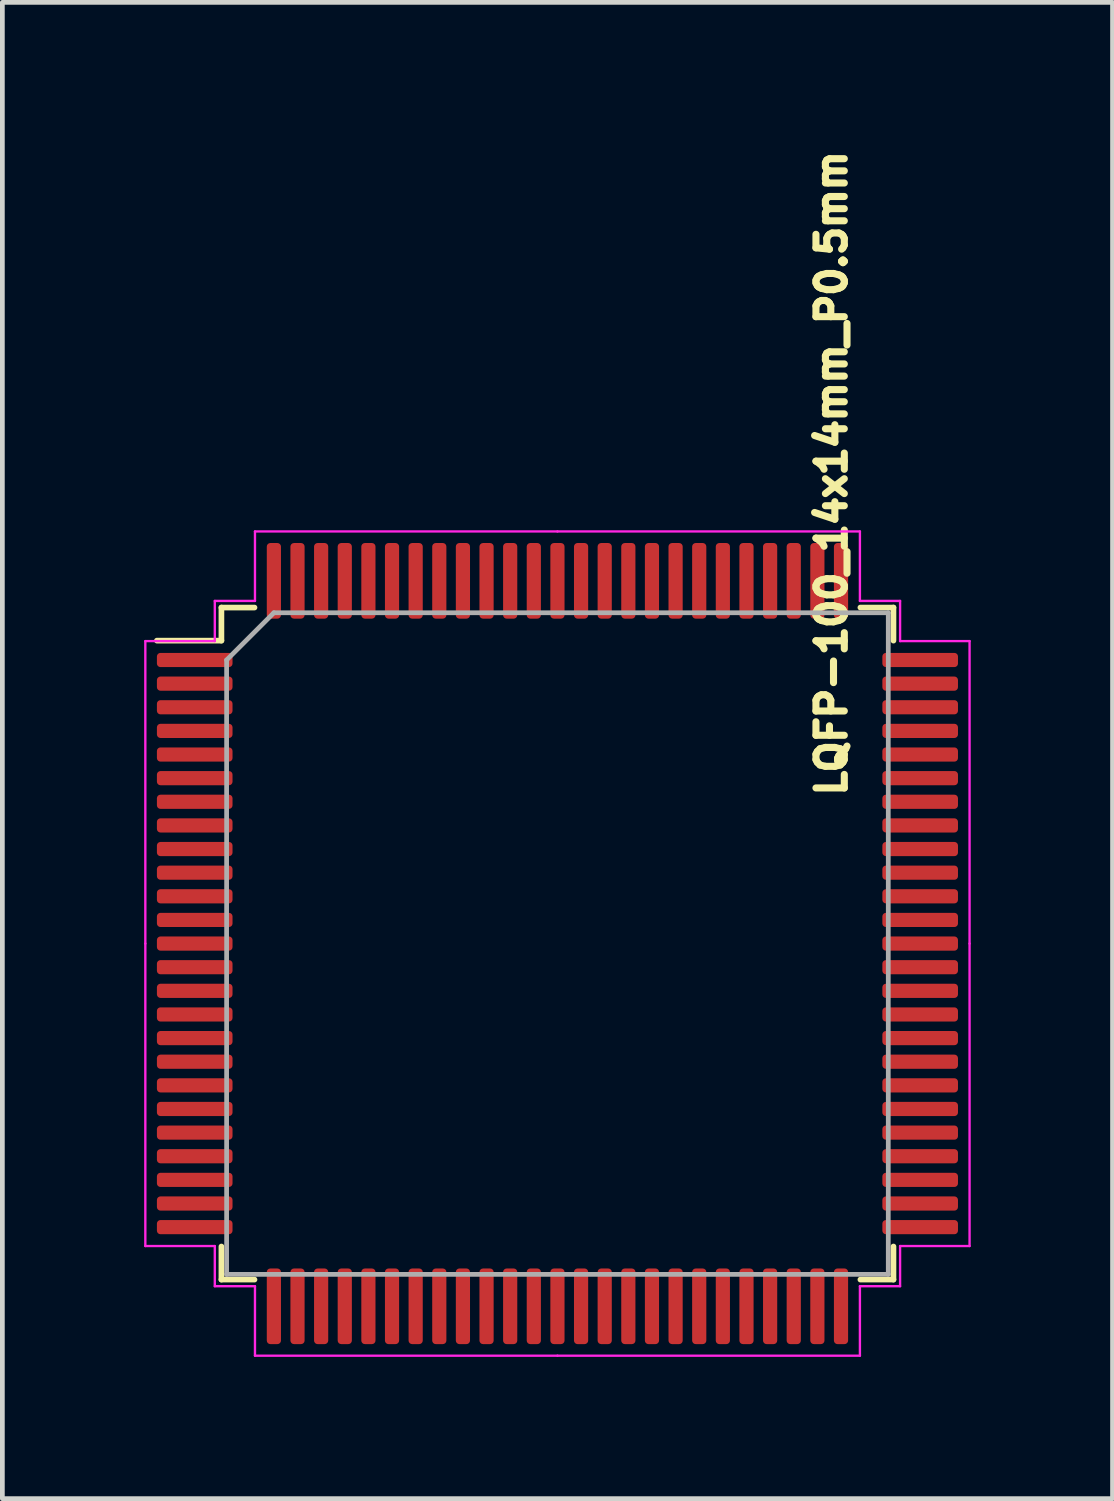
<source format=kicad_pcb>
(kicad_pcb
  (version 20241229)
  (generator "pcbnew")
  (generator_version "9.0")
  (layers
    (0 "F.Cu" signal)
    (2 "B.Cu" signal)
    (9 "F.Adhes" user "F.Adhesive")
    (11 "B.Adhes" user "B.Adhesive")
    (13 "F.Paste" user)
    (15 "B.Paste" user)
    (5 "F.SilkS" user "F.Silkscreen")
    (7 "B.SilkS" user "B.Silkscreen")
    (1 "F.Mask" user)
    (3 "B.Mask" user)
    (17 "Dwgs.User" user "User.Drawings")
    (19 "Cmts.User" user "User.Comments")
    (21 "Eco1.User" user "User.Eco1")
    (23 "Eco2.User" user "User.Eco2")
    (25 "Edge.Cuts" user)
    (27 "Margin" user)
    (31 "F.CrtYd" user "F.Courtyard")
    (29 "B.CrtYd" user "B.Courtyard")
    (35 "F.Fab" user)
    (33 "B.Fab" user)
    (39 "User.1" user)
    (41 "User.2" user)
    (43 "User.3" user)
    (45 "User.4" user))
  (footprint "LQFP-100_14x14mm_P0.5mm"
    (layer "F.Cu")
    (at 8.745 16.915)
    (property "Reference" "LQFP-100_14x14mm_P0.5mm" (at 5.8 -9.95 270) (layer "F.SilkS") (effects (font (size 0.6 0.6) (thickness 0.15))))
    (attr smd)
    (fp_line (start -7.11 -7.11) (end -7.11 -6.41) (stroke (width 0.12) (type solid)) (layer "F.SilkS"))
    (fp_line (start -7.11 -6.41) (end -8.475 -6.41) (stroke (width 0.12) (type solid)) (layer "F.SilkS"))
    (fp_line (start -7.11 7.11) (end -7.11 6.41) (stroke (width 0.12) (type solid)) (layer "F.SilkS"))
    (fp_line (start -6.41 -7.11) (end -7.11 -7.11) (stroke (width 0.12) (type solid)) (layer "F.SilkS"))
    (fp_line (start -6.41 7.11) (end -7.11 7.11) (stroke (width 0.12) (type solid)) (layer "F.SilkS"))
    (fp_line (start 6.41 -7.11) (end 7.11 -7.11) (stroke (width 0.12) (type solid)) (layer "F.SilkS"))
    (fp_line (start 6.41 7.11) (end 7.11 7.11) (stroke (width 0.12) (type solid)) (layer "F.SilkS"))
    (fp_line (start 7.11 -7.11) (end 7.11 -6.41) (stroke (width 0.12) (type solid)) (layer "F.SilkS"))
    (fp_line (start 7.11 7.11) (end 7.11 6.41) (stroke (width 0.12) (type solid)) (layer "F.SilkS"))
    (fp_line (start -8.72 -6.4) (end -8.72 0) (stroke (width 0.05) (type solid)) (layer "F.CrtYd"))
    (fp_line (start -8.72 6.4) (end -8.72 0) (stroke (width 0.05) (type solid)) (layer "F.CrtYd"))
    (fp_line (start -7.25 -7.25) (end -7.25 -6.4) (stroke (width 0.05) (type solid)) (layer "F.CrtYd"))
    (fp_line (start -7.25 -6.4) (end -8.72 -6.4) (stroke (width 0.05) (type solid)) (layer "F.CrtYd"))
    (fp_line (start -7.25 6.4) (end -8.72 6.4) (stroke (width 0.05) (type solid)) (layer "F.CrtYd"))
    (fp_line (start -7.25 7.25) (end -7.25 6.4) (stroke (width 0.05) (type solid)) (layer "F.CrtYd"))
    (fp_line (start -6.4 -8.72) (end -6.4 -7.25) (stroke (width 0.05) (type solid)) (layer "F.CrtYd"))
    (fp_line (start -6.4 -7.25) (end -7.25 -7.25) (stroke (width 0.05) (type solid)) (layer "F.CrtYd"))
    (fp_line (start -6.4 7.25) (end -7.25 7.25) (stroke (width 0.05) (type solid)) (layer "F.CrtYd"))
    (fp_line (start -6.4 8.72) (end -6.4 7.25) (stroke (width 0.05) (type solid)) (layer "F.CrtYd"))
    (fp_line (start 0 -8.72) (end -6.4 -8.72) (stroke (width 0.05) (type solid)) (layer "F.CrtYd"))
    (fp_line (start 0 -8.72) (end 6.4 -8.72) (stroke (width 0.05) (type solid)) (layer "F.CrtYd"))
    (fp_line (start 0 8.72) (end -6.4 8.72) (stroke (width 0.05) (type solid)) (layer "F.CrtYd"))
    (fp_line (start 0 8.72) (end 6.4 8.72) (stroke (width 0.05) (type solid)) (layer "F.CrtYd"))
    (fp_line (start 6.4 -8.72) (end 6.4 -7.25) (stroke (width 0.05) (type solid)) (layer "F.CrtYd"))
    (fp_line (start 6.4 -7.25) (end 7.25 -7.25) (stroke (width 0.05) (type solid)) (layer "F.CrtYd"))
    (fp_line (start 6.4 7.25) (end 7.25 7.25) (stroke (width 0.05) (type solid)) (layer "F.CrtYd"))
    (fp_line (start 6.4 8.72) (end 6.4 7.25) (stroke (width 0.05) (type solid)) (layer "F.CrtYd"))
    (fp_line (start 7.25 -7.25) (end 7.25 -6.4) (stroke (width 0.05) (type solid)) (layer "F.CrtYd"))
    (fp_line (start 7.25 -6.4) (end 8.72 -6.4) (stroke (width 0.05) (type solid)) (layer "F.CrtYd"))
    (fp_line (start 7.25 6.4) (end 8.72 6.4) (stroke (width 0.05) (type solid)) (layer "F.CrtYd"))
    (fp_line (start 7.25 7.25) (end 7.25 6.4) (stroke (width 0.05) (type solid)) (layer "F.CrtYd"))
    (fp_line (start 8.72 -6.4) (end 8.72 0) (stroke (width 0.05) (type solid)) (layer "F.CrtYd"))
    (fp_line (start 8.72 6.4) (end 8.72 0) (stroke (width 0.05) (type solid)) (layer "F.CrtYd"))
    (fp_line (start -7 -6) (end -6 -7) (stroke (width 0.1) (type solid)) (layer "F.Fab"))
    (fp_line (start -7 7) (end -7 -6) (stroke (width 0.1) (type solid)) (layer "F.Fab"))
    (fp_line (start -6 -7) (end 7 -7) (stroke (width 0.1) (type solid)) (layer "F.Fab"))
    (fp_line (start 7 -7) (end 7 7) (stroke (width 0.1) (type solid)) (layer "F.Fab"))
    (fp_line (start 7 7) (end -7 7) (stroke (width 0.1) (type solid)) (layer "F.Fab"))
    (pad "1" smd roundrect (at -7.675 -6) (size 1.6 0.3) (layers "F.Cu" "F.Mask" "F.Paste") (roundrect_rratio 0.25))
    (pad "2" smd roundrect (at -7.675 -5.5) (size 1.6 0.3) (layers "F.Cu" "F.Mask" "F.Paste") (roundrect_rratio 0.25))
    (pad "3" smd roundrect (at -7.675 -5) (size 1.6 0.3) (layers "F.Cu" "F.Mask" "F.Paste") (roundrect_rratio 0.25))
    (pad "4" smd roundrect (at -7.675 -4.5) (size 1.6 0.3) (layers "F.Cu" "F.Mask" "F.Paste") (roundrect_rratio 0.25))
    (pad "5" smd roundrect (at -7.675 -4) (size 1.6 0.3) (layers "F.Cu" "F.Mask" "F.Paste") (roundrect_rratio 0.25))
    (pad "6" smd roundrect (at -7.675 -3.5) (size 1.6 0.3) (layers "F.Cu" "F.Mask" "F.Paste") (roundrect_rratio 0.25))
    (pad "7" smd roundrect (at -7.675 -3) (size 1.6 0.3) (layers "F.Cu" "F.Mask" "F.Paste") (roundrect_rratio 0.25))
    (pad "8" smd roundrect (at -7.675 -2.5) (size 1.6 0.3) (layers "F.Cu" "F.Mask" "F.Paste") (roundrect_rratio 0.25))
    (pad "9" smd roundrect (at -7.675 -2) (size 1.6 0.3) (layers "F.Cu" "F.Mask" "F.Paste") (roundrect_rratio 0.25))
    (pad "10" smd roundrect (at -7.675 -1.5) (size 1.6 0.3) (layers "F.Cu" "F.Mask" "F.Paste") (roundrect_rratio 0.25))
    (pad "11" smd roundrect (at -7.675 -1) (size 1.6 0.3) (layers "F.Cu" "F.Mask" "F.Paste") (roundrect_rratio 0.25))
    (pad "12" smd roundrect (at -7.675 -0.5) (size 1.6 0.3) (layers "F.Cu" "F.Mask" "F.Paste") (roundrect_rratio 0.25))
    (pad "13" smd roundrect (at -7.675 0) (size 1.6 0.3) (layers "F.Cu" "F.Mask" "F.Paste") (roundrect_rratio 0.25))
    (pad "14" smd roundrect (at -7.675 0.5) (size 1.6 0.3) (layers "F.Cu" "F.Mask" "F.Paste") (roundrect_rratio 0.25))
    (pad "15" smd roundrect (at -7.675 1) (size 1.6 0.3) (layers "F.Cu" "F.Mask" "F.Paste") (roundrect_rratio 0.25))
    (pad "16" smd roundrect (at -7.675 1.5) (size 1.6 0.3) (layers "F.Cu" "F.Mask" "F.Paste") (roundrect_rratio 0.25))
    (pad "17" smd roundrect (at -7.675 2) (size 1.6 0.3) (layers "F.Cu" "F.Mask" "F.Paste") (roundrect_rratio 0.25))
    (pad "18" smd roundrect (at -7.675 2.5) (size 1.6 0.3) (layers "F.Cu" "F.Mask" "F.Paste") (roundrect_rratio 0.25))
    (pad "19" smd roundrect (at -7.675 3) (size 1.6 0.3) (layers "F.Cu" "F.Mask" "F.Paste") (roundrect_rratio 0.25))
    (pad "20" smd roundrect (at -7.675 3.5) (size 1.6 0.3) (layers "F.Cu" "F.Mask" "F.Paste") (roundrect_rratio 0.25))
    (pad "21" smd roundrect (at -7.675 4) (size 1.6 0.3) (layers "F.Cu" "F.Mask" "F.Paste") (roundrect_rratio 0.25))
    (pad "22" smd roundrect (at -7.675 4.5) (size 1.6 0.3) (layers "F.Cu" "F.Mask" "F.Paste") (roundrect_rratio 0.25))
    (pad "23" smd roundrect (at -7.675 5) (size 1.6 0.3) (layers "F.Cu" "F.Mask" "F.Paste") (roundrect_rratio 0.25))
    (pad "24" smd roundrect (at -7.675 5.5) (size 1.6 0.3) (layers "F.Cu" "F.Mask" "F.Paste") (roundrect_rratio 0.25))
    (pad "25" smd roundrect (at -7.675 6) (size 1.6 0.3) (layers "F.Cu" "F.Mask" "F.Paste") (roundrect_rratio 0.25))
    (pad "26" smd roundrect (at -6 7.675) (size 0.3 1.6) (layers "F.Cu" "F.Mask" "F.Paste") (roundrect_rratio 0.25))
    (pad "27" smd roundrect (at -5.5 7.675) (size 0.3 1.6) (layers "F.Cu" "F.Mask" "F.Paste") (roundrect_rratio 0.25))
    (pad "28" smd roundrect (at -5 7.675) (size 0.3 1.6) (layers "F.Cu" "F.Mask" "F.Paste") (roundrect_rratio 0.25))
    (pad "29" smd roundrect (at -4.5 7.675) (size 0.3 1.6) (layers "F.Cu" "F.Mask" "F.Paste") (roundrect_rratio 0.25))
    (pad "30" smd roundrect (at -4 7.675) (size 0.3 1.6) (layers "F.Cu" "F.Mask" "F.Paste") (roundrect_rratio 0.25))
    (pad "31" smd roundrect (at -3.5 7.675) (size 0.3 1.6) (layers "F.Cu" "F.Mask" "F.Paste") (roundrect_rratio 0.25))
    (pad "32" smd roundrect (at -3 7.675) (size 0.3 1.6) (layers "F.Cu" "F.Mask" "F.Paste") (roundrect_rratio 0.25))
    (pad "33" smd roundrect (at -2.5 7.675) (size 0.3 1.6) (layers "F.Cu" "F.Mask" "F.Paste") (roundrect_rratio 0.25))
    (pad "34" smd roundrect (at -2 7.675) (size 0.3 1.6) (layers "F.Cu" "F.Mask" "F.Paste") (roundrect_rratio 0.25))
    (pad "35" smd roundrect (at -1.5 7.675) (size 0.3 1.6) (layers "F.Cu" "F.Mask" "F.Paste") (roundrect_rratio 0.25))
    (pad "36" smd roundrect (at -1 7.675) (size 0.3 1.6) (layers "F.Cu" "F.Mask" "F.Paste") (roundrect_rratio 0.25))
    (pad "37" smd roundrect (at -0.5 7.675) (size 0.3 1.6) (layers "F.Cu" "F.Mask" "F.Paste") (roundrect_rratio 0.25))
    (pad "38" smd roundrect (at 0 7.675) (size 0.3 1.6) (layers "F.Cu" "F.Mask" "F.Paste") (roundrect_rratio 0.25))
    (pad "39" smd roundrect (at 0.5 7.675) (size 0.3 1.6) (layers "F.Cu" "F.Mask" "F.Paste") (roundrect_rratio 0.25))
    (pad "40" smd roundrect (at 1 7.675) (size 0.3 1.6) (layers "F.Cu" "F.Mask" "F.Paste") (roundrect_rratio 0.25))
    (pad "41" smd roundrect (at 1.5 7.675) (size 0.3 1.6) (layers "F.Cu" "F.Mask" "F.Paste") (roundrect_rratio 0.25))
    (pad "42" smd roundrect (at 2 7.675) (size 0.3 1.6) (layers "F.Cu" "F.Mask" "F.Paste") (roundrect_rratio 0.25))
    (pad "43" smd roundrect (at 2.5 7.675) (size 0.3 1.6) (layers "F.Cu" "F.Mask" "F.Paste") (roundrect_rratio 0.25))
    (pad "44" smd roundrect (at 3 7.675) (size 0.3 1.6) (layers "F.Cu" "F.Mask" "F.Paste") (roundrect_rratio 0.25))
    (pad "45" smd roundrect (at 3.5 7.675) (size 0.3 1.6) (layers "F.Cu" "F.Mask" "F.Paste") (roundrect_rratio 0.25))
    (pad "46" smd roundrect (at 4 7.675) (size 0.3 1.6) (layers "F.Cu" "F.Mask" "F.Paste") (roundrect_rratio 0.25))
    (pad "47" smd roundrect (at 4.5 7.675) (size 0.3 1.6) (layers "F.Cu" "F.Mask" "F.Paste") (roundrect_rratio 0.25))
    (pad "48" smd roundrect (at 5 7.675) (size 0.3 1.6) (layers "F.Cu" "F.Mask" "F.Paste") (roundrect_rratio 0.25))
    (pad "49" smd roundrect (at 5.5 7.675) (size 0.3 1.6) (layers "F.Cu" "F.Mask" "F.Paste") (roundrect_rratio 0.25))
    (pad "50" smd roundrect (at 6 7.675) (size 0.3 1.6) (layers "F.Cu" "F.Mask" "F.Paste") (roundrect_rratio 0.25))
    (pad "51" smd roundrect (at 7.675 6) (size 1.6 0.3) (layers "F.Cu" "F.Mask" "F.Paste") (roundrect_rratio 0.25))
    (pad "52" smd roundrect (at 7.675 5.5) (size 1.6 0.3) (layers "F.Cu" "F.Mask" "F.Paste") (roundrect_rratio 0.25))
    (pad "53" smd roundrect (at 7.675 5) (size 1.6 0.3) (layers "F.Cu" "F.Mask" "F.Paste") (roundrect_rratio 0.25))
    (pad "54" smd roundrect (at 7.675 4.5) (size 1.6 0.3) (layers "F.Cu" "F.Mask" "F.Paste") (roundrect_rratio 0.25))
    (pad "55" smd roundrect (at 7.675 4) (size 1.6 0.3) (layers "F.Cu" "F.Mask" "F.Paste") (roundrect_rratio 0.25))
    (pad "56" smd roundrect (at 7.675 3.5) (size 1.6 0.3) (layers "F.Cu" "F.Mask" "F.Paste") (roundrect_rratio 0.25))
    (pad "57" smd roundrect (at 7.675 3) (size 1.6 0.3) (layers "F.Cu" "F.Mask" "F.Paste") (roundrect_rratio 0.25))
    (pad "58" smd roundrect (at 7.675 2.5) (size 1.6 0.3) (layers "F.Cu" "F.Mask" "F.Paste") (roundrect_rratio 0.25))
    (pad "59" smd roundrect (at 7.675 2) (size 1.6 0.3) (layers "F.Cu" "F.Mask" "F.Paste") (roundrect_rratio 0.25))
    (pad "60" smd roundrect (at 7.675 1.5) (size 1.6 0.3) (layers "F.Cu" "F.Mask" "F.Paste") (roundrect_rratio 0.25))
    (pad "61" smd roundrect (at 7.675 1) (size 1.6 0.3) (layers "F.Cu" "F.Mask" "F.Paste") (roundrect_rratio 0.25))
    (pad "62" smd roundrect (at 7.675 0.5) (size 1.6 0.3) (layers "F.Cu" "F.Mask" "F.Paste") (roundrect_rratio 0.25))
    (pad "63" smd roundrect (at 7.675 0) (size 1.6 0.3) (layers "F.Cu" "F.Mask" "F.Paste") (roundrect_rratio 0.25))
    (pad "64" smd roundrect (at 7.675 -0.5) (size 1.6 0.3) (layers "F.Cu" "F.Mask" "F.Paste") (roundrect_rratio 0.25))
    (pad "65" smd roundrect (at 7.675 -1) (size 1.6 0.3) (layers "F.Cu" "F.Mask" "F.Paste") (roundrect_rratio 0.25))
    (pad "66" smd roundrect (at 7.675 -1.5) (size 1.6 0.3) (layers "F.Cu" "F.Mask" "F.Paste") (roundrect_rratio 0.25))
    (pad "67" smd roundrect (at 7.675 -2) (size 1.6 0.3) (layers "F.Cu" "F.Mask" "F.Paste") (roundrect_rratio 0.25))
    (pad "68" smd roundrect (at 7.675 -2.5) (size 1.6 0.3) (layers "F.Cu" "F.Mask" "F.Paste") (roundrect_rratio 0.25))
    (pad "69" smd roundrect (at 7.675 -3) (size 1.6 0.3) (layers "F.Cu" "F.Mask" "F.Paste") (roundrect_rratio 0.25))
    (pad "70" smd roundrect (at 7.675 -3.5) (size 1.6 0.3) (layers "F.Cu" "F.Mask" "F.Paste") (roundrect_rratio 0.25))
    (pad "71" smd roundrect (at 7.675 -4) (size 1.6 0.3) (layers "F.Cu" "F.Mask" "F.Paste") (roundrect_rratio 0.25))
    (pad "72" smd roundrect (at 7.675 -4.5) (size 1.6 0.3) (layers "F.Cu" "F.Mask" "F.Paste") (roundrect_rratio 0.25))
    (pad "73" smd roundrect (at 7.675 -5) (size 1.6 0.3) (layers "F.Cu" "F.Mask" "F.Paste") (roundrect_rratio 0.25))
    (pad "74" smd roundrect (at 7.675 -5.5) (size 1.6 0.3) (layers "F.Cu" "F.Mask" "F.Paste") (roundrect_rratio 0.25))
    (pad "75" smd roundrect (at 7.675 -6) (size 1.6 0.3) (layers "F.Cu" "F.Mask" "F.Paste") (roundrect_rratio 0.25))
    (pad "76" smd roundrect (at 6 -7.675) (size 0.3 1.6) (layers "F.Cu" "F.Mask" "F.Paste") (roundrect_rratio 0.25))
    (pad "77" smd roundrect (at 5.5 -7.675) (size 0.3 1.6) (layers "F.Cu" "F.Mask" "F.Paste") (roundrect_rratio 0.25))
    (pad "78" smd roundrect (at 5 -7.675) (size 0.3 1.6) (layers "F.Cu" "F.Mask" "F.Paste") (roundrect_rratio 0.25))
    (pad "79" smd roundrect (at 4.5 -7.675) (size 0.3 1.6) (layers "F.Cu" "F.Mask" "F.Paste") (roundrect_rratio 0.25))
    (pad "80" smd roundrect (at 4 -7.675) (size 0.3 1.6) (layers "F.Cu" "F.Mask" "F.Paste") (roundrect_rratio 0.25))
    (pad "81" smd roundrect (at 3.5 -7.675) (size 0.3 1.6) (layers "F.Cu" "F.Mask" "F.Paste") (roundrect_rratio 0.25))
    (pad "82" smd roundrect (at 3 -7.675) (size 0.3 1.6) (layers "F.Cu" "F.Mask" "F.Paste") (roundrect_rratio 0.25))
    (pad "83" smd roundrect (at 2.5 -7.675) (size 0.3 1.6) (layers "F.Cu" "F.Mask" "F.Paste") (roundrect_rratio 0.25))
    (pad "84" smd roundrect (at 2 -7.675) (size 0.3 1.6) (layers "F.Cu" "F.Mask" "F.Paste") (roundrect_rratio 0.25))
    (pad "85" smd roundrect (at 1.5 -7.675) (size 0.3 1.6) (layers "F.Cu" "F.Mask" "F.Paste") (roundrect_rratio 0.25))
    (pad "86" smd roundrect (at 1 -7.675) (size 0.3 1.6) (layers "F.Cu" "F.Mask" "F.Paste") (roundrect_rratio 0.25))
    (pad "87" smd roundrect (at 0.5 -7.675) (size 0.3 1.6) (layers "F.Cu" "F.Mask" "F.Paste") (roundrect_rratio 0.25))
    (pad "88" smd roundrect (at 0 -7.675) (size 0.3 1.6) (layers "F.Cu" "F.Mask" "F.Paste") (roundrect_rratio 0.25))
    (pad "89" smd roundrect (at -0.5 -7.675) (size 0.3 1.6) (layers "F.Cu" "F.Mask" "F.Paste") (roundrect_rratio 0.25))
    (pad "90" smd roundrect (at -1 -7.675) (size 0.3 1.6) (layers "F.Cu" "F.Mask" "F.Paste") (roundrect_rratio 0.25))
    (pad "91" smd roundrect (at -1.5 -7.675) (size 0.3 1.6) (layers "F.Cu" "F.Mask" "F.Paste") (roundrect_rratio 0.25))
    (pad "92" smd roundrect (at -2 -7.675) (size 0.3 1.6) (layers "F.Cu" "F.Mask" "F.Paste") (roundrect_rratio 0.25))
    (pad "93" smd roundrect (at -2.5 -7.675) (size 0.3 1.6) (layers "F.Cu" "F.Mask" "F.Paste") (roundrect_rratio 0.25))
    (pad "94" smd roundrect (at -3 -7.675) (size 0.3 1.6) (layers "F.Cu" "F.Mask" "F.Paste") (roundrect_rratio 0.25))
    (pad "95" smd roundrect (at -3.5 -7.675) (size 0.3 1.6) (layers "F.Cu" "F.Mask" "F.Paste") (roundrect_rratio 0.25))
    (pad "96" smd roundrect (at -4 -7.675) (size 0.3 1.6) (layers "F.Cu" "F.Mask" "F.Paste") (roundrect_rratio 0.25))
    (pad "97" smd roundrect (at -4.5 -7.675) (size 0.3 1.6) (layers "F.Cu" "F.Mask" "F.Paste") (roundrect_rratio 0.25))
    (pad "98" smd roundrect (at -5 -7.675) (size 0.3 1.6) (layers "F.Cu" "F.Mask" "F.Paste") (roundrect_rratio 0.25))
    (pad "99" smd roundrect (at -5.5 -7.675) (size 0.3 1.6) (layers "F.Cu" "F.Mask" "F.Paste") (roundrect_rratio 0.25))
    (pad "100" smd roundrect (at -6 -7.675) (size 0.3 1.6) (layers "F.Cu" "F.Mask" "F.Paste") (roundrect_rratio 0.25)))
  (gr_rect
    (start -3 -3)
    (end 20.49 28.66)
    (stroke (width 0.1) (type default))
    (fill no)
    (layer "Edge.Cuts")))
</source>
